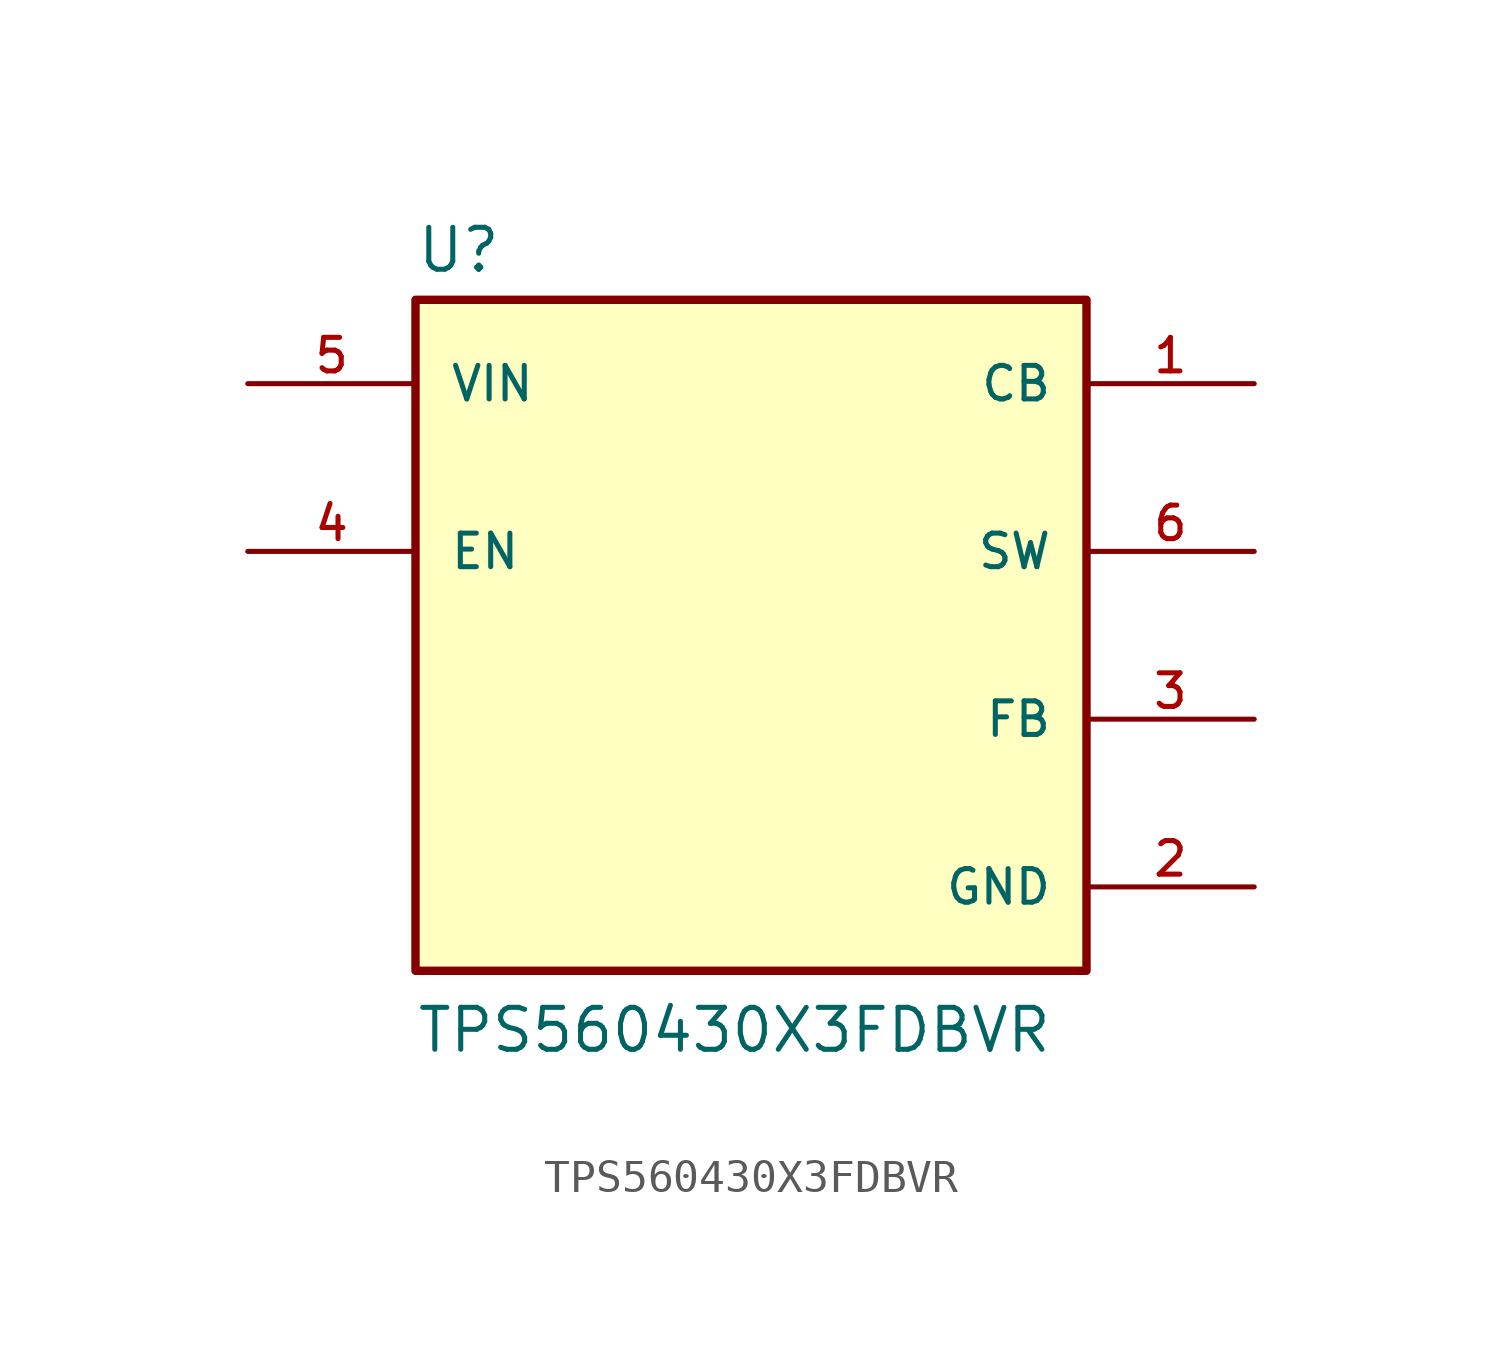
<source format=kicad_sym>
(kicad_symbol_lib
  (version 20211014)
  (generator kicad_symbol_editor)
  (symbol "TPS560430X3FDBVR"
    (pin_names
      (offset 1.016))
    (property "Reference" "U"
      (at -10.16 10.922 0)
      (effects (font (size 1.27 1.27)) (justify bottom left)))
    (property "Value" "TPS560430X3FDBVR"
      (at -10.16 -12.7 0)
      (effects (font (size 1.27 1.27)) (justify bottom left)))
    (symbol "TPS560430X3FDBVR_0_0"
      (rectangle (start -10.16 -10.16) (end 10.16 10.16) (stroke (width 0.254)) (fill (type background)))
      (pin passive line (at 15.24 7.62 180.0) (length 5.08) (name "CB" (effects (font (size 1.016 1.016)))) (number "1" (effects (font (size 1.016 1.016)))))
      (pin power_in line (at 15.24 -7.62 180.0) (length 5.08) (name "GND" (effects (font (size 1.016 1.016)))) (number "2" (effects (font (size 1.016 1.016)))))
      (pin input line (at 15.24 -2.54 180.0) (length 5.08) (name "FB" (effects (font (size 1.016 1.016)))) (number "3" (effects (font (size 1.016 1.016)))))
      (pin input line (at -15.24 2.54 0) (length 5.08) (name "EN" (effects (font (size 1.016 1.016)))) (number "4" (effects (font (size 1.016 1.016)))))
      (pin passive line (at 15.24 2.54 180.0) (length 5.08) (name "SW" (effects (font (size 1.016 1.016)))) (number "6" (effects (font (size 1.016 1.016)))))
      (pin input line (at -15.24 7.62 0) (length 5.08) (name "VIN" (effects (font (size 1.016 1.016)))) (number "5" (effects (font (size 1.016 1.016))))))))
</source>
